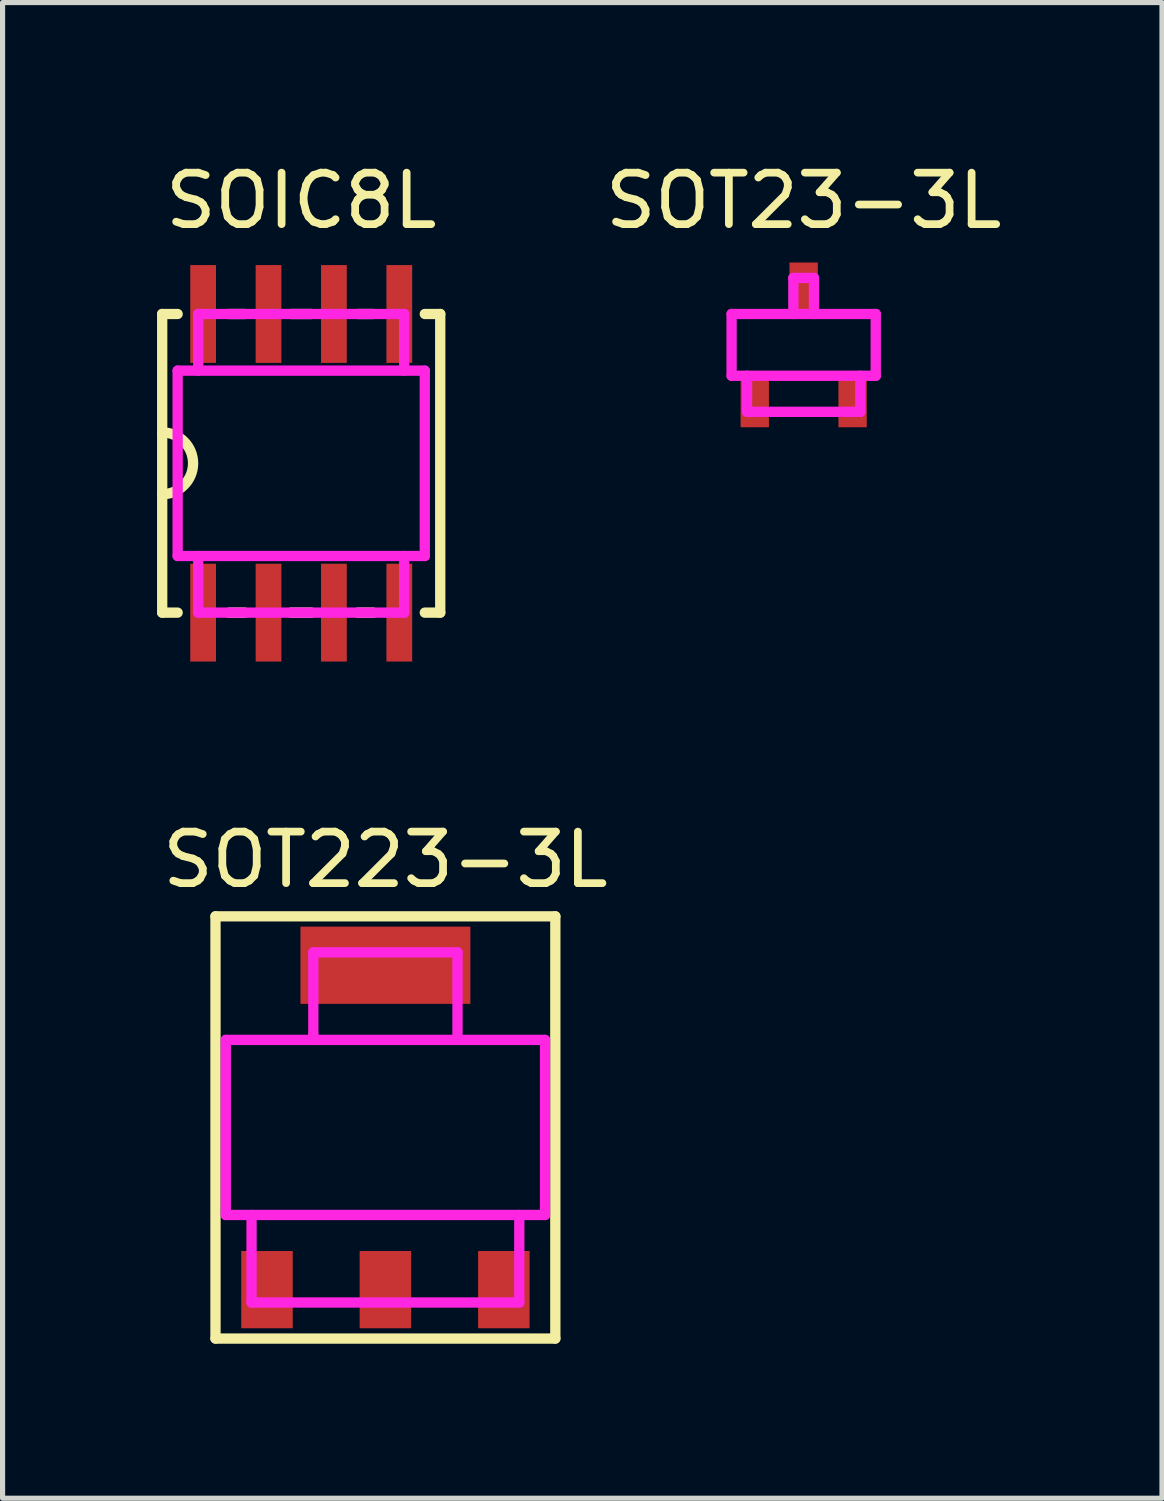
<source format=kicad_pcb>
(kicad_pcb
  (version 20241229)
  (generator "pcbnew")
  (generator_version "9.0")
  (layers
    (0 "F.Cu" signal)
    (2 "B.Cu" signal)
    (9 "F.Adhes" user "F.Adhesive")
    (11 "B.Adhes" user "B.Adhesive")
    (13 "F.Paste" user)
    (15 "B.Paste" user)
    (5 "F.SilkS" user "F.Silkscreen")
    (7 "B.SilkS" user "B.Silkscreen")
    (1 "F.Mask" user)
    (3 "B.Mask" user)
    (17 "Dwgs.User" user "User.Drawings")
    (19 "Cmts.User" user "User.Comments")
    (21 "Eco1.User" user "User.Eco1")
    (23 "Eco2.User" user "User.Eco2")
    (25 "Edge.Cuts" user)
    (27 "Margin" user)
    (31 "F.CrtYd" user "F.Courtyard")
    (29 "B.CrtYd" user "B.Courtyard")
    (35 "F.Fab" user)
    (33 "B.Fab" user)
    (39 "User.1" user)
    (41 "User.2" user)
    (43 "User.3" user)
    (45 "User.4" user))
  (footprint "SOT23-3L"
    (layer "F.Cu")
    (at 12.558 3.648)
    (property "Reference" "SOT23-3L" (at 0 -2.8 0) (layer "F.SilkS") (effects (font (size 1 1) (thickness 0.15))))
    (attr through_hole)
    (fp_line (start -1.1 0.75) (end -0.8 0.75) (stroke (width 0.2) (type solid)) (layer "F.Paste"))
    (fp_line (start -1.1 0.95) (end -1.1 0.75) (stroke (width 0.2) (type solid)) (layer "F.Paste"))
    (fp_line (start -1.1 0.95) (end -0.8 0.95) (stroke (width 0.2) (type solid)) (layer "F.Paste"))
    (fp_line (start -1.1 1.45) (end -0.95 1.25) (stroke (width 0.2) (type solid)) (layer "F.Paste"))
    (fp_line (start -1.1 1.45) (end -0.8 1.45) (stroke (width 0.2) (type solid)) (layer "F.Paste"))
    (fp_line (start -0.95 1.25) (end -0.8 1.45) (stroke (width 0.2) (type solid)) (layer "F.Paste"))
    (fp_line (start -0.8 0.75) (end -0.8 0.95) (stroke (width 0.2) (type solid)) (layer "F.Paste"))
    (fp_line (start -0.15 -1.45) (end 0.15 -1.45) (stroke (width 0.2) (type solid)) (layer "F.Paste"))
    (fp_line (start -0.15 -0.95) (end -0.15 -0.75) (stroke (width 0.2) (type solid)) (layer "F.Paste"))
    (fp_line (start -0.15 -0.75) (end 0.15 -0.75) (stroke (width 0.2) (type solid)) (layer "F.Paste"))
    (fp_line (start 0 -1.25) (end -0.15 -1.45) (stroke (width 0.2) (type solid)) (layer "F.Paste"))
    (fp_line (start 0.15 -1.45) (end 0 -1.25) (stroke (width 0.2) (type solid)) (layer "F.Paste"))
    (fp_line (start 0.15 -0.95) (end -0.15 -0.95) (stroke (width 0.2) (type solid)) (layer "F.Paste"))
    (fp_line (start 0.15 -0.75) (end 0.15 -0.95) (stroke (width 0.2) (type solid)) (layer "F.Paste"))
    (fp_line (start 0.8 0.75) (end 0.8 0.95) (stroke (width 0.2) (type solid)) (layer "F.Paste"))
    (fp_line (start 0.8 0.95) (end 1.1 0.95) (stroke (width 0.2) (type solid)) (layer "F.Paste"))
    (fp_line (start 0.8 1.45) (end 1.1 1.45) (stroke (width 0.2) (type solid)) (layer "F.Paste"))
    (fp_line (start 0.95 1.25) (end 0.8 1.45) (stroke (width 0.2) (type solid)) (layer "F.Paste"))
    (fp_line (start 1.1 0.75) (end 0.8 0.75) (stroke (width 0.2) (type solid)) (layer "F.Paste"))
    (fp_line (start 1.1 0.95) (end 1.1 0.75) (stroke (width 0.2) (type solid)) (layer "F.Paste"))
    (fp_line (start 1.1 1.45) (end 0.95 1.25) (stroke (width 0.2) (type solid)) (layer "F.Paste"))
    (fp_line (start -1.4 -0.6) (end -1.4 0.6) (stroke (width 0.2) (type solid)) (layer "F.CrtYd"))
    (fp_line (start -1.4 0.6) (end 1.4 0.6) (stroke (width 0.2) (type solid)) (layer "F.CrtYd"))
    (fp_line (start -1.1 1.3) (end -1.1 0.6) (stroke (width 0.2) (type solid)) (layer "F.CrtYd"))
    (fp_line (start -1.1 1.3) (end 1.1 1.3) (stroke (width 0.2) (type solid)) (layer "F.CrtYd"))
    (fp_line (start -0.2 -1.3) (end -0.2 -0.6) (stroke (width 0.2) (type solid)) (layer "F.CrtYd"))
    (fp_line (start -0.2 -1.3) (end 0.2 -1.3) (stroke (width 0.2) (type solid)) (layer "F.CrtYd"))
    (fp_line (start 0.2 -1.3) (end 0.2 -0.6) (stroke (width 0.2) (type solid)) (layer "F.CrtYd"))
    (fp_line (start 1.1 1.3) (end 1.1 0.6) (stroke (width 0.2) (type solid)) (layer "F.CrtYd"))
    (fp_line (start 1.4 -0.6) (end -1.4 -0.6) (stroke (width 0.2) (type solid)) (layer "F.CrtYd"))
    (fp_line (start 1.4 0.6) (end 1.4 -0.6) (stroke (width 0.2) (type solid)) (layer "F.CrtYd"))
    (pad "1" smd rect (at -0.95 1.1) (size 0.55 1) (layers "F.Cu" "F.Mask"))
    (pad "2" smd rect (at 0 -1.1) (size 0.55 1) (layers "F.Cu" "F.Mask"))
    (pad "3" smd rect (at 0.95 1.1) (size 0.55 1) (layers "F.Cu" "F.Mask")))
  (footprint "SOIC8L"
    (layer "F.Cu")
    (at 2.8 5.948)
    (property "Reference" "SOIC8L" (at 0 -5.1 0) (layer "F.SilkS") (effects (font (size 1 1) (thickness 0.15))))
    (attr through_hole)
    (fp_line (start -2.7 -2.9) (end -2.7 2.9) (stroke (width 0.2) (type solid)) (layer "F.SilkS"))
    (fp_line (start -2.7 2.9) (end -2.4 2.9) (stroke (width 0.2) (type solid)) (layer "F.SilkS"))
    (fp_line (start -2.4 -2.9) (end -2.7 -2.9) (stroke (width 0.2) (type solid)) (layer "F.SilkS"))
    (fp_line (start -1.4 -2.9) (end -1.1 -2.9) (stroke (width 0.2) (type solid)) (layer "F.SilkS"))
    (fp_line (start -1.1 2.9) (end -1.4 2.9) (stroke (width 0.2) (type solid)) (layer "F.SilkS"))
    (fp_line (start -0.2 -2.9) (end 0.2 -2.9) (stroke (width 0.2) (type solid)) (layer "F.SilkS"))
    (fp_line (start -0.2 2.9) (end 0.2 2.9) (stroke (width 0.2) (type solid)) (layer "F.SilkS"))
    (fp_line (start 1.1 -2.9) (end 1.4 -2.9) (stroke (width 0.2) (type solid)) (layer "F.SilkS"))
    (fp_line (start 1.1 2.9) (end 1.4 2.9) (stroke (width 0.2) (type solid)) (layer "F.SilkS"))
    (fp_line (start 2.4 -2.9) (end 2.7 -2.9) (stroke (width 0.2) (type solid)) (layer "F.SilkS"))
    (fp_line (start 2.7 -2.9) (end 2.7 2.9) (stroke (width 0.2) (type solid)) (layer "F.SilkS"))
    (fp_line (start 2.7 2.9) (end 2.4 2.9) (stroke (width 0.2) (type solid)) (layer "F.SilkS"))
    (fp_arc (start -2.7 -0.6) (mid -2.1 0) (end -2.7 0.6) (stroke (width 0.2) (type solid)) (layer "F.SilkS"))
    (fp_line (start -1.9 -3) (end -1.9 -3.6) (stroke (width 0.4) (type solid)) (layer "F.Paste"))
    (fp_line (start -1.9 -3) (end -1.9 -2.4) (stroke (width 0.2) (type solid)) (layer "F.Paste"))
    (fp_line (start -1.9 -2.4) (end -1.9 -2.2) (stroke (width 0.4) (type solid)) (layer "F.Paste"))
    (fp_line (start -1.9 2.2) (end -1.9 2.4) (stroke (width 0.4) (type solid)) (layer "F.Paste"))
    (fp_line (start -1.9 2.4) (end -1.9 3) (stroke (width 0.2) (type solid)) (layer "F.Paste"))
    (fp_line (start -1.9 3.6) (end -1.9 3) (stroke (width 0.4) (type solid)) (layer "F.Paste"))
    (fp_line (start -0.63 -3) (end -0.63 -3.6) (stroke (width 0.4) (type solid)) (layer "F.Paste"))
    (fp_line (start -0.63 -3) (end -0.63 -2.4) (stroke (width 0.2) (type solid)) (layer "F.Paste"))
    (fp_line (start -0.63 -2.4) (end -0.63 -2.2) (stroke (width 0.4) (type solid)) (layer "F.Paste"))
    (fp_line (start -0.63 2.2) (end -0.63 2.4) (stroke (width 0.4) (type solid)) (layer "F.Paste"))
    (fp_line (start -0.63 2.4) (end -0.63 3) (stroke (width 0.2) (type solid)) (layer "F.Paste"))
    (fp_line (start -0.63 3.6) (end -0.63 3) (stroke (width 0.4) (type solid)) (layer "F.Paste"))
    (fp_line (start 0.64 -3) (end 0.64 -3.6) (stroke (width 0.4) (type solid)) (layer "F.Paste"))
    (fp_line (start 0.64 -3) (end 0.64 -2.4) (stroke (width 0.2) (type solid)) (layer "F.Paste"))
    (fp_line (start 0.64 -2.4) (end 0.64 -2.2) (stroke (width 0.4) (type solid)) (layer "F.Paste"))
    (fp_line (start 0.64 2.2) (end 0.64 2.4) (stroke (width 0.4) (type solid)) (layer "F.Paste"))
    (fp_line (start 0.64 2.4) (end 0.64 3) (stroke (width 0.2) (type solid)) (layer "F.Paste"))
    (fp_line (start 0.64 3.6) (end 0.64 3) (stroke (width 0.4) (type solid)) (layer "F.Paste"))
    (fp_line (start 1.91 -3) (end 1.91 -3.6) (stroke (width 0.4) (type solid)) (layer "F.Paste"))
    (fp_line (start 1.91 -3) (end 1.91 -2.4) (stroke (width 0.2) (type solid)) (layer "F.Paste"))
    (fp_line (start 1.91 -2.4) (end 1.91 -2.2) (stroke (width 0.4) (type solid)) (layer "F.Paste"))
    (fp_line (start 1.91 2.2) (end 1.91 2.4) (stroke (width 0.4) (type solid)) (layer "F.Paste"))
    (fp_line (start 1.91 2.4) (end 1.91 3) (stroke (width 0.2) (type solid)) (layer "F.Paste"))
    (fp_line (start 1.91 3.6) (end 1.91 3) (stroke (width 0.4) (type solid)) (layer "F.Paste"))
    (fp_line (start -2.4 -1.8) (end 2.4 -1.8) (stroke (width 0.2) (type solid)) (layer "F.CrtYd"))
    (fp_line (start -2.4 1.8) (end -2.4 -1.8) (stroke (width 0.2) (type solid)) (layer "F.CrtYd"))
    (fp_line (start -2 -2.9) (end -2 -1.8) (stroke (width 0.2) (type solid)) (layer "F.CrtYd"))
    (fp_line (start -2 -2.9) (end 2 -2.9) (stroke (width 0.2) (type solid)) (layer "F.CrtYd"))
    (fp_line (start -2 2.9) (end -2 1.8) (stroke (width 0.2) (type solid)) (layer "F.CrtYd"))
    (fp_line (start 2 -2.9) (end 2 -1.8) (stroke (width 0.2) (type solid)) (layer "F.CrtYd"))
    (fp_line (start 2 2.9) (end -2 2.9) (stroke (width 0.2) (type solid)) (layer "F.CrtYd"))
    (fp_line (start 2 2.9) (end 2 1.8) (stroke (width 0.2) (type solid)) (layer "F.CrtYd"))
    (fp_line (start 2.4 -1.8) (end 2.4 1.8) (stroke (width 0.2) (type solid)) (layer "F.CrtYd"))
    (fp_line (start 2.4 1.8) (end -2.4 1.8) (stroke (width 0.2) (type solid)) (layer "F.CrtYd"))
    (pad "1" smd rect (at -1.905 2.9) (size 0.5 1.9) (layers "F.Cu" "F.Mask"))
    (pad "2" smd rect (at -0.635 2.9) (size 0.5 1.9) (layers "F.Cu" "F.Mask"))
    (pad "3" smd rect (at 0.635 2.9) (size 0.5 1.9) (layers "F.Cu" "F.Mask"))
    (pad "4" smd rect (at 1.905 2.9) (size 0.5 1.9) (layers "F.Cu" "F.Mask"))
    (pad "5" smd rect (at 1.905 -2.9) (size 0.5 1.9) (layers "F.Cu" "F.Mask"))
    (pad "6" smd rect (at 0.635 -2.9) (size 0.5 1.9) (layers "F.Cu" "F.Mask"))
    (pad "7" smd rect (at -0.635 -2.9) (size 0.5 1.9) (layers "F.Cu" "F.Mask"))
    (pad "8" smd rect (at -1.905 -2.9) (size 0.5 1.9) (layers "F.Cu" "F.Mask")))
  (footprint "SOT223-3L"
    (layer "F.Cu")
    (at 4.435 18.846)
    (property "Reference" "SOT223-3L" (at 0 -5.2 0) (layer "F.SilkS") (effects (font (size 1 1) (thickness 0.15))))
    (attr through_hole)
    (fp_line (start -3.3 -4.1) (end -3.3 4.1) (stroke (width 0.2) (type solid)) (layer "F.SilkS"))
    (fp_line (start -3.3 -4.1) (end 3.3 -4.1) (stroke (width 0.2) (type solid)) (layer "F.SilkS"))
    (fp_line (start -3.3 4.1) (end 3.3 4.1) (stroke (width 0.2) (type solid)) (layer "F.SilkS"))
    (fp_line (start 3.3 4.1) (end 3.3 -4.1) (stroke (width 0.2) (type solid)) (layer "F.SilkS"))
    (fp_line (start -2.65 2.55) (end -1.95 2.55) (stroke (width 0.2) (type solid)) (layer "F.Paste"))
    (fp_line (start -2.65 2.75) (end -2.65 2.55) (stroke (width 0.2) (type solid)) (layer "F.Paste"))
    (fp_line (start -2.65 2.75) (end -1.95 2.75) (stroke (width 0.2) (type solid)) (layer "F.Paste"))
    (fp_line (start -2.65 3.55) (end -2.45 3.15) (stroke (width 0.2) (type solid)) (layer "F.Paste"))
    (fp_line (start -2.65 3.55) (end -1.95 3.55) (stroke (width 0.2) (type solid)) (layer "F.Paste"))
    (fp_line (start -2.65 3.75) (end -2.65 3.55) (stroke (width 0.2) (type solid)) (layer "F.Paste"))
    (fp_line (start -2.65 3.75) (end -1.95 3.75) (stroke (width 0.2) (type solid)) (layer "F.Paste"))
    (fp_line (start -2.45 3.15) (end -2.65 2.75) (stroke (width 0.2) (type solid)) (layer "F.Paste"))
    (fp_line (start -2.45 3.55) (end -2.45 2.75) (stroke (width 0.2) (type solid)) (layer "F.Paste"))
    (fp_line (start -2.3 2.75) (end -2.3 3.55) (stroke (width 0.2) (type solid)) (layer "F.Paste"))
    (fp_line (start -2.15 3.15) (end -1.95 3.55) (stroke (width 0.2) (type solid)) (layer "F.Paste"))
    (fp_line (start -2.15 3.55) (end -2.15 2.75) (stroke (width 0.2) (type solid)) (layer "F.Paste"))
    (fp_line (start -1.95 2.55) (end -1.95 2.75) (stroke (width 0.2) (type solid)) (layer "F.Paste"))
    (fp_line (start -1.95 2.75) (end -2.15 3.15) (stroke (width 0.2) (type solid)) (layer "F.Paste"))
    (fp_line (start -1.95 3.55) (end -1.95 3.75) (stroke (width 0.2) (type solid)) (layer "F.Paste"))
    (fp_line (start -1.5 -3.75) (end -1.5 -2.55) (stroke (width 0.2) (type solid)) (layer "F.Paste"))
    (fp_line (start -1.5 -2.55) (end -0.9 -2.55) (stroke (width 0.2) (type solid)) (layer "F.Paste"))
    (fp_line (start -1.3 -3.75) (end -1.3 -2.55) (stroke (width 0.2) (type solid)) (layer "F.Paste"))
    (fp_line (start -1.1 -3.75) (end -1.1 -2.55) (stroke (width 0.2) (type solid)) (layer "F.Paste"))
    (fp_line (start -1.1 -3.15) (end -0.9 -3.75) (stroke (width 0.2) (type solid)) (layer "F.Paste"))
    (fp_line (start -0.9 -3.75) (end -1.5 -3.75) (stroke (width 0.2) (type solid)) (layer "F.Paste"))
    (fp_line (start -0.9 -2.55) (end -1.1 -3.15) (stroke (width 0.2) (type solid)) (layer "F.Paste"))
    (fp_line (start -0.45 -2.55) (end -0.25 -3.15) (stroke (width 0.2) (type solid)) (layer "F.Paste"))
    (fp_line (start -0.45 -2.55) (end 0.45 -2.55) (stroke (width 0.2) (type solid)) (layer "F.Paste"))
    (fp_line (start -0.35 2.55) (end 0.35 2.55) (stroke (width 0.2) (type solid)) (layer "F.Paste"))
    (fp_line (start -0.35 2.75) (end -0.35 2.55) (stroke (width 0.2) (type solid)) (layer "F.Paste"))
    (fp_line (start -0.35 2.75) (end -0.15 3.15) (stroke (width 0.2) (type solid)) (layer "F.Paste"))
    (fp_line (start -0.35 3.55) (end 0.35 3.55) (stroke (width 0.2) (type solid)) (layer "F.Paste"))
    (fp_line (start -0.35 3.75) (end -0.35 3.55) (stroke (width 0.2) (type solid)) (layer "F.Paste"))
    (fp_line (start -0.35 3.75) (end 0.35 3.75) (stroke (width 0.2) (type solid)) (layer "F.Paste"))
    (fp_line (start -0.25 -3.75) (end -0.25 -2.55) (stroke (width 0.2) (type solid)) (layer "F.Paste"))
    (fp_line (start -0.25 -3.15) (end -0.45 -3.75) (stroke (width 0.2) (type solid)) (layer "F.Paste"))
    (fp_line (start -0.15 3.15) (end -0.35 3.55) (stroke (width 0.2) (type solid)) (layer "F.Paste"))
    (fp_line (start -0.15 3.55) (end -0.15 2.75) (stroke (width 0.2) (type solid)) (layer "F.Paste"))
    (fp_line (start -0.1 -3.75) (end -0.1 -2.55) (stroke (width 0.2) (type solid)) (layer "F.Paste"))
    (fp_line (start 0 3.55) (end 0 2.75) (stroke (width 0.2) (type solid)) (layer "F.Paste"))
    (fp_line (start 0.1 -3.75) (end 0.1 -2.55) (stroke (width 0.2) (type solid)) (layer "F.Paste"))
    (fp_line (start 0.15 2.75) (end 0.15 3.55) (stroke (width 0.2) (type solid)) (layer "F.Paste"))
    (fp_line (start 0.15 3.15) (end 0.35 3.55) (stroke (width 0.2) (type solid)) (layer "F.Paste"))
    (fp_line (start 0.25 -3.75) (end 0.25 -2.55) (stroke (width 0.2) (type solid)) (layer "F.Paste"))
    (fp_line (start 0.25 -3.15) (end 0.45 -2.55) (stroke (width 0.2) (type solid)) (layer "F.Paste"))
    (fp_line (start 0.35 2.55) (end 0.35 2.75) (stroke (width 0.2) (type solid)) (layer "F.Paste"))
    (fp_line (start 0.35 2.75) (end -0.35 2.75) (stroke (width 0.2) (type solid)) (layer "F.Paste"))
    (fp_line (start 0.35 2.75) (end 0.15 3.15) (stroke (width 0.2) (type solid)) (layer "F.Paste"))
    (fp_line (start 0.35 3.75) (end 0.35 3.55) (stroke (width 0.2) (type solid)) (layer "F.Paste"))
    (fp_line (start 0.45 -3.75) (end -0.45 -3.75) (stroke (width 0.2) (type solid)) (layer "F.Paste"))
    (fp_line (start 0.45 -3.75) (end 0.25 -3.15) (stroke (width 0.2) (type solid)) (layer "F.Paste"))
    (fp_line (start 0.9 -3.75) (end 1.1 -3.15) (stroke (width 0.2) (type solid)) (layer "F.Paste"))
    (fp_line (start 0.9 -2.55) (end 1.5 -2.55) (stroke (width 0.2) (type solid)) (layer "F.Paste"))
    (fp_line (start 1.1 -3.75) (end 1.1 -2.55) (stroke (width 0.2) (type solid)) (layer "F.Paste"))
    (fp_line (start 1.1 -3.15) (end 0.9 -2.55) (stroke (width 0.2) (type solid)) (layer "F.Paste"))
    (fp_line (start 1.3 -3.75) (end 1.3 -2.55) (stroke (width 0.2) (type solid)) (layer "F.Paste"))
    (fp_line (start 1.5 -3.75) (end 0.9 -3.75) (stroke (width 0.2) (type solid)) (layer "F.Paste"))
    (fp_line (start 1.5 -3.75) (end 1.5 -2.55) (stroke (width 0.2) (type solid)) (layer "F.Paste"))
    (fp_line (start 1.95 2.55) (end 2.65 2.55) (stroke (width 0.2) (type solid)) (layer "F.Paste"))
    (fp_line (start 1.95 2.75) (end 1.95 2.55) (stroke (width 0.2) (type solid)) (layer "F.Paste"))
    (fp_line (start 1.95 3.55) (end 1.95 3.75) (stroke (width 0.2) (type solid)) (layer "F.Paste"))
    (fp_line (start 1.95 3.55) (end 2.15 3.15) (stroke (width 0.2) (type solid)) (layer "F.Paste"))
    (fp_line (start 1.95 3.75) (end 2.65 3.75) (stroke (width 0.2) (type solid)) (layer "F.Paste"))
    (fp_line (start 2.15 3.15) (end 1.95 2.75) (stroke (width 0.2) (type solid)) (layer "F.Paste"))
    (fp_line (start 2.15 3.55) (end 2.15 2.75) (stroke (width 0.2) (type solid)) (layer "F.Paste"))
    (fp_line (start 2.3 3.55) (end 2.3 2.75) (stroke (width 0.2) (type solid)) (layer "F.Paste"))
    (fp_line (start 2.45 2.75) (end 2.45 3.55) (stroke (width 0.2) (type solid)) (layer "F.Paste"))
    (fp_line (start 2.45 3.15) (end 2.65 3.55) (stroke (width 0.2) (type solid)) (layer "F.Paste"))
    (fp_line (start 2.65 2.55) (end 2.65 2.75) (stroke (width 0.2) (type solid)) (layer "F.Paste"))
    (fp_line (start 2.65 2.75) (end 1.95 2.75) (stroke (width 0.2) (type solid)) (layer "F.Paste"))
    (fp_line (start 2.65 2.75) (end 2.45 3.15) (stroke (width 0.2) (type solid)) (layer "F.Paste"))
    (fp_line (start 2.65 3.55) (end 1.95 3.55) (stroke (width 0.2) (type solid)) (layer "F.Paste"))
    (fp_line (start 2.65 3.75) (end 2.65 3.55) (stroke (width 0.2) (type solid)) (layer "F.Paste"))
    (fp_line (start -3.1 -1.7) (end -3.1 1.7) (stroke (width 0.2) (type solid)) (layer "F.CrtYd"))
    (fp_line (start -3.1 1.7) (end 3.1 1.7) (stroke (width 0.2) (type solid)) (layer "F.CrtYd"))
    (fp_line (start -2.6 3.4) (end -2.6 1.7) (stroke (width 0.2) (type solid)) (layer "F.CrtYd"))
    (fp_line (start -2.6 3.4) (end 2.6 3.4) (stroke (width 0.2) (type solid)) (layer "F.CrtYd"))
    (fp_line (start -1.4 -3.4) (end -1.4 -1.7) (stroke (width 0.2) (type solid)) (layer "F.CrtYd"))
    (fp_line (start -1.4 -1.7) (end -1.4 -1.8) (stroke (width 0.2) (type solid)) (layer "F.CrtYd"))
    (fp_line (start 1.4 -3.4) (end -1.4 -3.4) (stroke (width 0.2) (type solid)) (layer "F.CrtYd"))
    (fp_line (start 1.4 -3.4) (end 1.4 -1.7) (stroke (width 0.2) (type solid)) (layer "F.CrtYd"))
    (fp_line (start 2.6 3.4) (end 2.6 1.7) (stroke (width 0.2) (type solid)) (layer "F.CrtYd"))
    (fp_line (start 3.1 -1.7) (end -3.1 -1.7) (stroke (width 0.2) (type solid)) (layer "F.CrtYd"))
    (fp_line (start 3.1 1.7) (end 3.1 -1.7) (stroke (width 0.2) (type solid)) (layer "F.CrtYd"))
    (pad "1" smd rect (at -2.3 3.15) (size 1 1.5) (layers "F.Cu" "F.Mask"))
    (pad "1" smd rect (at 0 -3.15) (size 3.3 1.5) (layers "F.Cu" "F.Mask"))
    (pad "2" smd rect (at 0 3.15) (size 1 1.5) (layers "F.Cu" "F.Mask"))
    (pad "3" smd rect (at 2.3 3.15) (size 1 1.5) (layers "F.Cu" "F.Mask")))
  (gr_rect
    (start -3 -3)
    (end 19.517 26.047)
    (stroke (width 0.1) (type default))
    (fill no)
    (layer "Edge.Cuts")))
</source>
